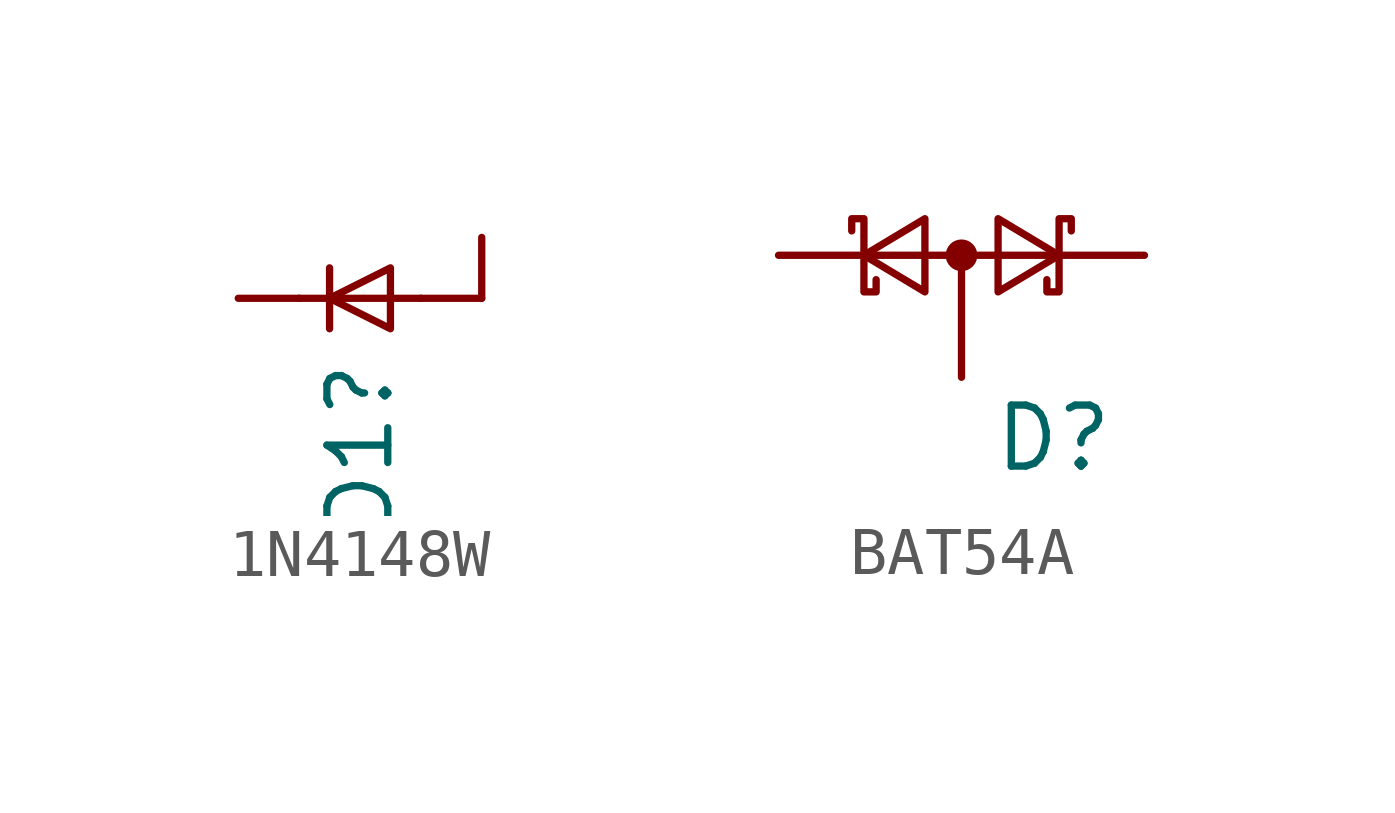
<source format=kicad_sym>
(kicad_symbol_lib
  (version 20220914)
  (generator kicad_symbol_editor)
  (symbol "1N4148W"
    (pin_numbers hide)
    (pin_names hide)
    (property "Reference" "D1"
      (at 0 -1.27 90)
      (effects (font (size 1.27 1.27)) (justify right)))
    (symbol "1N4148W_0_1"
      (polyline (pts (xy -0.635 0.635) (xy -0.635 -0.635)) (stroke (width 0) (type default)) (fill (type none)))
      (polyline (pts (xy 1.27 0) (xy -1.27 0)) (stroke (width 0) (type default)) (fill (type none)))
      (polyline (pts (xy -0.635 0) (xy 0.635 0.635) (xy 0.635 -0.635) (xy -0.635 0)) (stroke (width 0) (type default)) (fill (type none))))
    (symbol "1N4148W_1_1"
      (polyline (pts (xy 2.54 0) (xy 1.27 0)) (stroke (width 0) (type solid)) (fill (type none)))
      (pin passive line (at -2.54 0 0) (length 1.27) (name "K" (effects (font (size 1.27 1.27)))) (number "1" (effects (font (size 1.27 1.27)))))
      (pin passive line (at 2.54 1.27 270) (length 1.27) (name "A" (effects (font (size 1.27 1.27)))) (number "2" (effects (font (size 1.27 1.27)))))))
  (symbol "BAT54A"
    (pin_names
      (offset 1.016))
    (property "Reference" "D"
      (at 0.635 -3.81 0)
      (effects (font (size 1.27 1.27)) (justify left)))
    (symbol "BAT54A_0_1"
      (polyline (pts (xy -2.032 0) (xy 2.032 0)) (stroke (width 0) (type default)) (fill (type none)))
      (polyline (pts (xy -2.032 0) (xy -2.032 -0.762) (xy -1.778 -0.762) (xy -1.778 -0.508)) (stroke (width 0) (type default)) (fill (type none)))
      (polyline (pts (xy -2.032 0) (xy -2.032 0.762) (xy -2.286 0.762) (xy -2.286 0.508)) (stroke (width 0) (type default)) (fill (type none)))
      (polyline (pts (xy -0.762 0.762) (xy -2.032 0) (xy -0.762 -0.762) (xy -0.762 0.762)) (stroke (width 0) (type default)) (fill (type none)))
      (polyline (pts (xy 0.762 0.762) (xy 2.032 0) (xy 0.762 -0.762) (xy 0.762 0.762)) (stroke (width 0) (type default)) (fill (type none)))
      (polyline (pts (xy 2.032 0) (xy 2.032 -0.762) (xy 1.778 -0.762) (xy 1.778 -0.508)) (stroke (width 0) (type default)) (fill (type none)))
      (polyline (pts (xy 2.032 0) (xy 2.032 0.762) (xy 2.286 0.762) (xy 2.286 0.508)) (stroke (width 0) (type default)) (fill (type none)))
      (circle (center 0 0) (radius 0.254) (stroke (width 0) (type default)) (fill (type outline))))
    (symbol "BAT54A_1_1"
      (pin passive line (at -3.81 0 0) (length 1.905) (name "~" (effects (font (size 0 0)))) (number "1" (effects (font (size 0 0)))))
      (pin passive line (at 0 -2.54 90) (length 2.54) (name "~" (effects (font (size 0 0)))) (number "2" (effects (font (size 0 0)))))
      (pin passive line (at 3.81 0 180) (length 1.905) (name "~" (effects (font (size 0 0)))) (number "3" (effects (font (size 0 0))))))))
</source>
